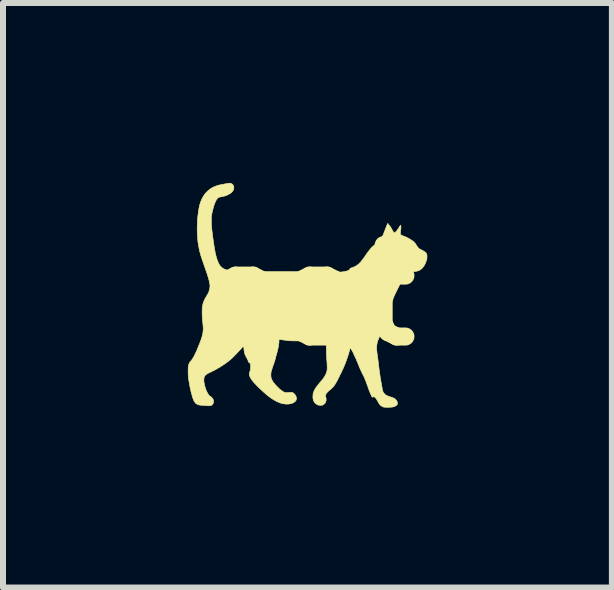
<source format=kicad_pcb>
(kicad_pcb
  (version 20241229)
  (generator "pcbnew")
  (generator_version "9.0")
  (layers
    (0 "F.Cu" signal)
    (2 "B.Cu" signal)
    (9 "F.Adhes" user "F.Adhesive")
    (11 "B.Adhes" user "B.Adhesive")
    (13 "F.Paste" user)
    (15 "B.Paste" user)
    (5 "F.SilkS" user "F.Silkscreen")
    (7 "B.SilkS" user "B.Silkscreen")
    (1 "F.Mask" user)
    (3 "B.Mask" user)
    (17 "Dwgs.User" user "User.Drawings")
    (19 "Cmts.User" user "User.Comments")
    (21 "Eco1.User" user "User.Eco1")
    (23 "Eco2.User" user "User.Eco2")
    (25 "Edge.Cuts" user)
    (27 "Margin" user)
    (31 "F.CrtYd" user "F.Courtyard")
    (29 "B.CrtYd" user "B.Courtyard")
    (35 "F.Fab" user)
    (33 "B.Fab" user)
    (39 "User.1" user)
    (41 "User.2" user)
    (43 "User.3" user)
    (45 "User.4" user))
  (footprint "cat"
    (layer "F.Cu")
    (at 2.076 1.871)
    (property "Reference" "cat" (at 0 0 0) (layer "F.SilkS") (effects (font (size 1.524 1.524) (thickness 0.3))))
    (attr through_hole)
    (fp_poly (pts (xy -1.296 -1.866) (xy -1.285 -1.865) (xy -1.276 -1.864) (xy -1.271 -1.862) (xy -1.27 -1.861) (xy -1.267 -1.858) (xy -1.266 -1.858) (xy -1.262 -1.856) (xy -1.255 -1.851) (xy -1.248 -1.844) (xy -1.241 -1.837) (xy -1.236 -1.83) (xy -1.234 -1.826) (xy -1.229 -1.813) (xy -1.228 -1.797) (xy -1.228 -1.78) (xy -1.232 -1.764) (xy -1.233 -1.762) (xy -1.236 -1.753) (xy -1.239 -1.747) (xy -1.241 -1.744) (xy -1.241 -1.744) (xy -1.243 -1.742) (xy -1.243 -1.741) (xy -1.245 -1.737) (xy -1.25 -1.731) (xy -1.256 -1.724) (xy -1.263 -1.716) (xy -1.27 -1.709) (xy -1.276 -1.704) (xy -1.279 -1.702) (xy -1.28 -1.702) (xy -1.283 -1.7) (xy -1.288 -1.697) (xy -1.292 -1.693) (xy -1.3 -1.688) (xy -1.311 -1.683) (xy -1.321 -1.678) (xy -1.332 -1.672) (xy -1.342 -1.667) (xy -1.349 -1.663) (xy -1.353 -1.662) (xy -1.359 -1.66) (xy -1.362 -1.659) (xy -1.367 -1.658) (xy -1.368 -1.657) (xy -1.37 -1.655) (xy -1.373 -1.654) (xy -1.378 -1.653) (xy -1.387 -1.652) (xy -1.398 -1.649) (xy -1.404 -1.648) (xy -1.418 -1.644) (xy -1.432 -1.641) (xy -1.445 -1.639) (xy -1.449 -1.638) (xy -1.46 -1.636) (xy -1.471 -1.633) (xy -1.478 -1.63) (xy -1.485 -1.626) (xy -1.493 -1.621) (xy -1.5 -1.614) (xy -1.506 -1.609) (xy -1.508 -1.605) (xy -1.508 -1.605) (xy -1.51 -1.601) (xy -1.513 -1.597) (xy -1.516 -1.592) (xy -1.521 -1.584) (xy -1.526 -1.575) (xy -1.532 -1.564) (xy -1.536 -1.555) (xy -1.539 -1.548) (xy -1.54 -1.544) (xy -1.542 -1.54) (xy -1.543 -1.54) (xy -1.545 -1.538) (xy -1.545 -1.533) (xy -1.546 -1.529) (xy -1.548 -1.527) (xy -1.55 -1.525) (xy -1.551 -1.522) (xy -1.552 -1.517) (xy -1.554 -1.509) (xy -1.557 -1.502) (xy -1.559 -1.497) (xy -1.56 -1.496) (xy -1.561 -1.492) (xy -1.561 -1.488) (xy -1.562 -1.481) (xy -1.564 -1.477) (xy -1.566 -1.472) (xy -1.568 -1.464) (xy -1.569 -1.461) (xy -1.577 -1.431) (xy -1.583 -1.405) (xy -1.589 -1.382) (xy -1.593 -1.362) (xy -1.596 -1.344) (xy -1.599 -1.327) (xy -1.6 -1.311) (xy -1.601 -1.294) (xy -1.602 -1.276) (xy -1.602 -1.257) (xy -1.602 -1.241) (xy -1.602 -1.22) (xy -1.602 -1.198) (xy -1.601 -1.178) (xy -1.6 -1.16) (xy -1.599 -1.145) (xy -1.599 -1.139) (xy -1.598 -1.126) (xy -1.596 -1.11) (xy -1.594 -1.091) (xy -1.592 -1.071) (xy -1.589 -1.051) (xy -1.587 -1.032) (xy -1.585 -1.014) (xy -1.583 -0.999) (xy -1.581 -0.988) (xy -1.581 -0.985) (xy -1.58 -0.976) (xy -1.578 -0.965) (xy -1.577 -0.958) (xy -1.576 -0.947) (xy -1.574 -0.934) (xy -1.572 -0.921) (xy -1.572 -0.921) (xy -1.57 -0.908) (xy -1.568 -0.895) (xy -1.567 -0.884) (xy -1.567 -0.884) (xy -1.564 -0.863) (xy -1.56 -0.84) (xy -1.557 -0.818) (xy -1.556 -0.811) (xy -1.554 -0.799) (xy -1.553 -0.788) (xy -1.552 -0.781) (xy -1.551 -0.772) (xy -1.549 -0.764) (xy -1.548 -0.762) (xy -1.546 -0.756) (xy -1.545 -0.748) (xy -1.544 -0.746) (xy -1.543 -0.737) (xy -1.541 -0.726) (xy -1.54 -0.721) (xy -1.538 -0.71) (xy -1.536 -0.7) (xy -1.536 -0.695) (xy -1.534 -0.688) (xy -1.533 -0.684) (xy -1.532 -0.684) (xy -1.53 -0.682) (xy -1.53 -0.676) (xy -1.53 -0.673) (xy -1.529 -0.666) (xy -1.527 -0.662) (xy -1.527 -0.661) (xy -1.525 -0.658) (xy -1.524 -0.652) (xy -1.523 -0.646) (xy -1.522 -0.643) (xy -1.52 -0.639) (xy -1.519 -0.633) (xy -1.519 -0.632) (xy -1.518 -0.626) (xy -1.517 -0.623) (xy -1.516 -0.623) (xy -1.514 -0.621) (xy -1.514 -0.615) (xy -1.513 -0.609) (xy -1.511 -0.606) (xy -1.509 -0.602) (xy -1.508 -0.599) (xy -1.507 -0.592) (xy -1.506 -0.589) (xy -1.503 -0.583) (xy -1.501 -0.577) (xy -1.497 -0.569) (xy -1.495 -0.563) (xy -1.492 -0.556) (xy -1.489 -0.551) (xy -1.487 -0.545) (xy -1.487 -0.543) (xy -1.486 -0.54) (xy -1.482 -0.533) (xy -1.477 -0.523) (xy -1.471 -0.512) (xy -1.463 -0.5) (xy -1.46 -0.494) (xy -1.456 -0.49) (xy -1.45 -0.483) (xy -1.442 -0.475) (xy -1.433 -0.467) (xy -1.426 -0.459) (xy -1.419 -0.454) (xy -1.415 -0.451) (xy -1.414 -0.451) (xy -1.411 -0.449) (xy -1.41 -0.448) (xy -1.408 -0.446) (xy -1.402 -0.443) (xy -1.393 -0.438) (xy -1.383 -0.434) (xy -1.372 -0.429) (xy -1.361 -0.425) (xy -1.361 -0.425) (xy -1.351 -0.422) (xy -1.341 -0.419) (xy -1.331 -0.417) (xy -1.319 -0.414) (xy -1.305 -0.412) (xy -1.288 -0.41) (xy -1.268 -0.408) (xy -1.243 -0.405) (xy -1.233 -0.404) (xy -1.217 -0.403) (xy -1.201 -0.401) (xy -1.184 -0.4) (xy -1.166 -0.399) (xy -1.148 -0.398) (xy -1.127 -0.397) (xy -1.106 -0.396) (xy -1.082 -0.396) (xy -1.056 -0.395) (xy -1.027 -0.394) (xy -0.996 -0.394) (xy -0.962 -0.394) (xy -0.924 -0.393) (xy -0.883 -0.393) (xy -0.838 -0.393) (xy -0.789 -0.393) (xy -0.735 -0.393) (xy -0.677 -0.393) (xy -0.614 -0.393) (xy -0.594 -0.393) (xy -0.537 -0.393) (xy -0.485 -0.393) (xy -0.437 -0.393) (xy -0.394 -0.393) (xy -0.355 -0.393) (xy -0.319 -0.393) (xy -0.285 -0.393) (xy -0.255 -0.393) (xy -0.227 -0.392) (xy -0.2 -0.392) (xy -0.176 -0.392) (xy -0.152 -0.391) (xy -0.129 -0.39) (xy -0.106 -0.39) (xy -0.084 -0.389) (xy -0.061 -0.388) (xy -0.037 -0.387) (xy -0.012 -0.386) (xy 0.015 -0.385) (xy 0.043 -0.383) (xy 0.049 -0.383) (xy 0.127 -0.379) (xy 0.201 -0.377) (xy 0.27 -0.376) (xy 0.335 -0.375) (xy 0.394 -0.376) (xy 0.449 -0.378) (xy 0.499 -0.38) (xy 0.544 -0.384) (xy 0.584 -0.389) (xy 0.619 -0.394) (xy 0.649 -0.401) (xy 0.673 -0.409) (xy 0.683 -0.412) (xy 0.692 -0.418) (xy 0.7 -0.424) (xy 0.706 -0.431) (xy 0.708 -0.437) (xy 0.708 -0.437) (xy 0.71 -0.445) (xy 0.716 -0.45) (xy 0.721 -0.451) (xy 0.726 -0.452) (xy 0.728 -0.453) (xy 0.731 -0.455) (xy 0.737 -0.456) (xy 0.743 -0.457) (xy 0.745 -0.459) (xy 0.747 -0.461) (xy 0.75 -0.461) (xy 0.757 -0.462) (xy 0.761 -0.464) (xy 0.768 -0.467) (xy 0.771 -0.469) (xy 0.777 -0.471) (xy 0.781 -0.472) (xy 0.784 -0.473) (xy 0.785 -0.474) (xy 0.787 -0.476) (xy 0.792 -0.479) (xy 0.793 -0.48) (xy 0.802 -0.484) (xy 0.814 -0.491) (xy 0.826 -0.499) (xy 0.838 -0.507) (xy 0.844 -0.512) (xy 0.856 -0.522) (xy 0.869 -0.535) (xy 0.882 -0.548) (xy 0.894 -0.562) (xy 0.904 -0.574) (xy 0.909 -0.581) (xy 0.913 -0.587) (xy 0.917 -0.591) (xy 0.917 -0.591) (xy 0.92 -0.594) (xy 0.924 -0.6) (xy 0.925 -0.602) (xy 0.929 -0.608) (xy 0.933 -0.612) (xy 0.933 -0.612) (xy 0.935 -0.615) (xy 0.94 -0.621) (xy 0.945 -0.629) (xy 0.949 -0.635) (xy 0.956 -0.645) (xy 0.962 -0.653) (xy 0.967 -0.659) (xy 0.968 -0.661) (xy 0.972 -0.666) (xy 0.973 -0.67) (xy 0.974 -0.673) (xy 0.975 -0.673) (xy 0.978 -0.675) (xy 0.979 -0.679) (xy 0.982 -0.685) (xy 0.984 -0.687) (xy 0.988 -0.691) (xy 0.993 -0.698) (xy 0.994 -0.7) (xy 0.999 -0.706) (xy 1.002 -0.711) (xy 1.003 -0.712) (xy 1.005 -0.715) (xy 1.01 -0.721) (xy 1.016 -0.73) (xy 1.023 -0.738) (xy 1.045 -0.767) (xy 1.067 -0.791) (xy 1.089 -0.812) (xy 1.097 -0.819) (xy 1.106 -0.826) (xy 1.113 -0.832) (xy 1.118 -0.836) (xy 1.123 -0.841) (xy 1.131 -0.847) (xy 1.132 -0.848) (xy 1.139 -0.854) (xy 1.144 -0.858) (xy 1.145 -0.859) (xy 1.15 -0.863) (xy 1.157 -0.868) (xy 1.16 -0.871) (xy 1.166 -0.876) (xy 1.174 -0.883) (xy 1.183 -0.892) (xy 1.193 -0.902) (xy 1.203 -0.911) (xy 1.211 -0.92) (xy 1.217 -0.927) (xy 1.221 -0.932) (xy 1.222 -0.933) (xy 1.224 -0.937) (xy 1.227 -0.942) (xy 1.231 -0.947) (xy 1.233 -0.951) (xy 1.234 -0.954) (xy 1.235 -0.954) (xy 1.237 -0.957) (xy 1.238 -0.959) (xy 1.239 -0.964) (xy 1.24 -0.965) (xy 1.242 -0.968) (xy 1.246 -0.975) (xy 1.251 -0.985) (xy 1.257 -0.997) (xy 1.263 -1.01) (xy 1.269 -1.023) (xy 1.274 -1.036) (xy 1.278 -1.047) (xy 1.282 -1.056) (xy 1.283 -1.061) (xy 1.283 -1.061) (xy 1.284 -1.066) (xy 1.285 -1.067) (xy 1.287 -1.07) (xy 1.289 -1.076) (xy 1.291 -1.081) (xy 1.293 -1.089) (xy 1.296 -1.094) (xy 1.297 -1.095) (xy 1.298 -1.097) (xy 1.299 -1.1) (xy 1.3 -1.107) (xy 1.301 -1.11) (xy 1.304 -1.116) (xy 1.307 -1.123) (xy 1.31 -1.13) (xy 1.312 -1.135) (xy 1.314 -1.142) (xy 1.315 -1.145) (xy 1.316 -1.149) (xy 1.317 -1.15) (xy 1.32 -1.153) (xy 1.32 -1.154) (xy 1.321 -1.16) (xy 1.323 -1.164) (xy 1.326 -1.171) (xy 1.328 -1.174) (xy 1.33 -1.18) (xy 1.331 -1.184) (xy 1.332 -1.187) (xy 1.333 -1.188) (xy 1.336 -1.19) (xy 1.336 -1.192) (xy 1.337 -1.195) (xy 1.341 -1.194) (xy 1.344 -1.19) (xy 1.345 -1.189) (xy 1.349 -1.183) (xy 1.353 -1.179) (xy 1.356 -1.174) (xy 1.357 -1.171) (xy 1.359 -1.168) (xy 1.364 -1.163) (xy 1.368 -1.159) (xy 1.379 -1.146) (xy 1.39 -1.129) (xy 1.403 -1.107) (xy 1.407 -1.099) (xy 1.414 -1.085) (xy 1.419 -1.075) (xy 1.423 -1.068) (xy 1.427 -1.062) (xy 1.429 -1.059) (xy 1.433 -1.055) (xy 1.434 -1.052) (xy 1.436 -1.047) (xy 1.442 -1.043) (xy 1.447 -1.042) (xy 1.454 -1.043) (xy 1.459 -1.045) (xy 1.463 -1.048) (xy 1.47 -1.054) (xy 1.477 -1.061) (xy 1.484 -1.069) (xy 1.49 -1.075) (xy 1.494 -1.08) (xy 1.495 -1.081) (xy 1.497 -1.085) (xy 1.498 -1.087) (xy 1.502 -1.091) (xy 1.506 -1.098) (xy 1.509 -1.103) (xy 1.516 -1.112) (xy 1.522 -1.122) (xy 1.525 -1.126) (xy 1.529 -1.133) (xy 1.532 -1.138) (xy 1.532 -1.14) (xy 1.534 -1.142) (xy 1.535 -1.142) (xy 1.537 -1.145) (xy 1.537 -1.146) (xy 1.539 -1.15) (xy 1.54 -1.15) (xy 1.542 -1.153) (xy 1.546 -1.158) (xy 1.547 -1.159) (xy 1.552 -1.168) (xy 1.555 -1.159) (xy 1.557 -1.151) (xy 1.558 -1.14) (xy 1.558 -1.126) (xy 1.557 -1.111) (xy 1.556 -1.097) (xy 1.554 -1.083) (xy 1.553 -1.079) (xy 1.552 -1.069) (xy 1.55 -1.057) (xy 1.549 -1.043) (xy 1.549 -1.04) (xy 1.548 -1.016) (xy 1.556 -1.01) (xy 1.563 -1.004) (xy 1.571 -0.998) (xy 1.571 -0.997) (xy 1.577 -0.993) (xy 1.583 -0.991) (xy 1.583 -0.991) (xy 1.589 -0.99) (xy 1.595 -0.988) (xy 1.602 -0.986) (xy 1.608 -0.983) (xy 1.621 -0.978) (xy 1.633 -0.973) (xy 1.638 -0.971) (xy 1.645 -0.967) (xy 1.651 -0.965) (xy 1.653 -0.965) (xy 1.656 -0.963) (xy 1.657 -0.962) (xy 1.659 -0.96) (xy 1.662 -0.96) (xy 1.666 -0.958) (xy 1.667 -0.957) (xy 1.67 -0.955) (xy 1.672 -0.954) (xy 1.677 -0.953) (xy 1.678 -0.952) (xy 1.681 -0.95) (xy 1.687 -0.946) (xy 1.694 -0.942) (xy 1.7 -0.939) (xy 1.7 -0.939) (xy 1.704 -0.937) (xy 1.704 -0.935) (xy 1.707 -0.934) (xy 1.71 -0.933) (xy 1.714 -0.932) (xy 1.715 -0.931) (xy 1.717 -0.928) (xy 1.722 -0.925) (xy 1.722 -0.925) (xy 1.73 -0.921) (xy 1.735 -0.917) (xy 1.74 -0.913) (xy 1.743 -0.912) (xy 1.747 -0.91) (xy 1.747 -0.909) (xy 1.749 -0.907) (xy 1.752 -0.905) (xy 1.757 -0.902) (xy 1.764 -0.897) (xy 1.772 -0.889) (xy 1.781 -0.88) (xy 1.789 -0.872) (xy 1.796 -0.864) (xy 1.8 -0.858) (xy 1.801 -0.857) (xy 1.803 -0.852) (xy 1.805 -0.851) (xy 1.808 -0.849) (xy 1.808 -0.847) (xy 1.81 -0.843) (xy 1.813 -0.838) (xy 1.817 -0.833) (xy 1.818 -0.828) (xy 1.82 -0.825) (xy 1.821 -0.824) (xy 1.823 -0.822) (xy 1.827 -0.817) (xy 1.827 -0.817) (xy 1.83 -0.811) (xy 1.833 -0.807) (xy 1.836 -0.803) (xy 1.842 -0.796) (xy 1.848 -0.788) (xy 1.85 -0.785) (xy 1.854 -0.781) (xy 1.862 -0.776) (xy 1.872 -0.77) (xy 1.885 -0.763) (xy 1.898 -0.756) (xy 1.909 -0.75) (xy 1.92 -0.745) (xy 1.929 -0.74) (xy 1.935 -0.736) (xy 1.937 -0.734) (xy 1.94 -0.732) (xy 1.941 -0.732) (xy 1.946 -0.73) (xy 1.954 -0.725) (xy 1.962 -0.717) (xy 1.971 -0.709) (xy 1.978 -0.701) (xy 1.983 -0.694) (xy 1.985 -0.688) (xy 1.985 -0.688) (xy 1.987 -0.684) (xy 1.989 -0.683) (xy 1.99 -0.68) (xy 1.991 -0.673) (xy 1.992 -0.663) (xy 1.992 -0.651) (xy 1.992 -0.638) (xy 1.992 -0.625) (xy 1.991 -0.613) (xy 1.99 -0.604) (xy 1.989 -0.6) (xy 1.986 -0.591) (xy 1.983 -0.58) (xy 1.983 -0.578) (xy 1.98 -0.57) (xy 1.978 -0.565) (xy 1.977 -0.563) (xy 1.975 -0.559) (xy 1.975 -0.555) (xy 1.974 -0.55) (xy 1.972 -0.549) (xy 1.97 -0.546) (xy 1.97 -0.543) (xy 1.968 -0.538) (xy 1.965 -0.531) (xy 1.964 -0.529) (xy 1.961 -0.522) (xy 1.959 -0.516) (xy 1.959 -0.516) (xy 1.958 -0.512) (xy 1.957 -0.512) (xy 1.955 -0.509) (xy 1.952 -0.504) (xy 1.951 -0.502) (xy 1.948 -0.496) (xy 1.946 -0.493) (xy 1.945 -0.493) (xy 1.943 -0.491) (xy 1.943 -0.49) (xy 1.941 -0.485) (xy 1.938 -0.481) (xy 1.934 -0.475) (xy 1.928 -0.468) (xy 1.927 -0.467) (xy 1.921 -0.459) (xy 1.913 -0.45) (xy 1.905 -0.442) (xy 1.897 -0.436) (xy 1.891 -0.431) (xy 1.887 -0.429) (xy 1.885 -0.427) (xy 1.885 -0.427) (xy 1.883 -0.424) (xy 1.881 -0.424) (xy 1.877 -0.423) (xy 1.877 -0.422) (xy 1.874 -0.42) (xy 1.868 -0.416) (xy 1.86 -0.412) (xy 1.85 -0.408) (xy 1.84 -0.405) (xy 1.84 -0.404) (xy 1.83 -0.402) (xy 1.817 -0.399) (xy 1.8 -0.396) (xy 1.782 -0.393) (xy 1.763 -0.389) (xy 1.743 -0.386) (xy 1.725 -0.383) (xy 1.709 -0.381) (xy 1.706 -0.381) (xy 1.687 -0.377) (xy 1.671 -0.373) (xy 1.662 -0.369) (xy 1.654 -0.365) (xy 1.648 -0.362) (xy 1.646 -0.36) (xy 1.644 -0.358) (xy 1.642 -0.358) (xy 1.639 -0.357) (xy 1.638 -0.356) (xy 1.636 -0.353) (xy 1.631 -0.349) (xy 1.625 -0.345) (xy 1.616 -0.337) (xy 1.607 -0.328) (xy 1.604 -0.324) (xy 1.598 -0.317) (xy 1.595 -0.312) (xy 1.593 -0.31) (xy 1.591 -0.307) (xy 1.588 -0.302) (xy 1.585 -0.296) (xy 1.582 -0.294) (xy 1.582 -0.294) (xy 1.58 -0.292) (xy 1.58 -0.289) (xy 1.579 -0.285) (xy 1.577 -0.284) (xy 1.575 -0.281) (xy 1.575 -0.278) (xy 1.573 -0.274) (xy 1.572 -0.273) (xy 1.57 -0.271) (xy 1.569 -0.269) (xy 1.568 -0.263) (xy 1.567 -0.26) (xy 1.563 -0.253) (xy 1.561 -0.249) (xy 1.559 -0.243) (xy 1.559 -0.24) (xy 1.558 -0.234) (xy 1.556 -0.231) (xy 1.552 -0.224) (xy 1.551 -0.22) (xy 1.549 -0.213) (xy 1.548 -0.21) (xy 1.547 -0.205) (xy 1.545 -0.203) (xy 1.543 -0.199) (xy 1.543 -0.196) (xy 1.542 -0.189) (xy 1.54 -0.186) (xy 1.537 -0.178) (xy 1.535 -0.175) (xy 1.533 -0.169) (xy 1.532 -0.165) (xy 1.531 -0.161) (xy 1.528 -0.154) (xy 1.523 -0.144) (xy 1.518 -0.134) (xy 1.512 -0.122) (xy 1.507 -0.113) (xy 1.504 -0.106) (xy 1.503 -0.102) (xy 1.502 -0.098) (xy 1.501 -0.098) (xy 1.499 -0.095) (xy 1.495 -0.089) (xy 1.491 -0.08) (xy 1.485 -0.07) (xy 1.48 -0.059) (xy 1.476 -0.05) (xy 1.473 -0.042) (xy 1.471 -0.038) (xy 1.471 -0.038) (xy 1.47 -0.035) (xy 1.469 -0.034) (xy 1.466 -0.032) (xy 1.466 -0.029) (xy 1.465 -0.025) (xy 1.463 -0.024) (xy 1.461 -0.022) (xy 1.461 -0.02) (xy 1.459 -0.015) (xy 1.456 -0.008) (xy 1.455 -0.007) (xy 1.452 0.000318) (xy 1.45 0.006) (xy 1.45 0.007) (xy 1.449 0.01) (xy 1.447 0.011) (xy 1.445 0.013) (xy 1.445 0.016) (xy 1.443 0.021) (xy 1.442 0.023) (xy 1.44 0.026) (xy 1.439 0.031) (xy 1.438 0.036) (xy 1.437 0.037) (xy 1.434 0.039) (xy 1.434 0.041) (xy 1.433 0.046) (xy 1.43 0.053) (xy 1.429 0.056) (xy 1.425 0.066) (xy 1.422 0.075) (xy 1.421 0.077) (xy 1.418 0.085) (xy 1.415 0.092) (xy 1.415 0.092) (xy 1.412 0.1) (xy 1.411 0.104) (xy 1.408 0.112) (xy 1.404 0.124) (xy 1.4 0.139) (xy 1.395 0.154) (xy 1.391 0.171) (xy 1.387 0.187) (xy 1.383 0.201) (xy 1.381 0.213) (xy 1.379 0.222) (xy 1.378 0.226) (xy 1.378 0.232) (xy 1.376 0.234) (xy 1.374 0.238) (xy 1.373 0.244) (xy 1.372 0.246) (xy 1.371 0.255) (xy 1.368 0.265) (xy 1.368 0.267) (xy 1.365 0.277) (xy 1.363 0.288) (xy 1.363 0.289) (xy 1.36 0.299) (xy 1.357 0.309) (xy 1.357 0.311) (xy 1.355 0.32) (xy 1.353 0.329) (xy 1.353 0.331) (xy 1.351 0.337) (xy 1.349 0.341) (xy 1.349 0.341) (xy 1.347 0.344) (xy 1.347 0.349) (xy 1.346 0.356) (xy 1.344 0.36) (xy 1.342 0.365) (xy 1.34 0.373) (xy 1.339 0.376) (xy 1.336 0.385) (xy 1.334 0.391) (xy 1.333 0.393) (xy 1.331 0.4) (xy 1.331 0.403) (xy 1.329 0.408) (xy 1.328 0.41) (xy 1.326 0.413) (xy 1.325 0.416) (xy 1.324 0.423) (xy 1.323 0.426) (xy 1.321 0.431) (xy 1.318 0.439) (xy 1.315 0.448) (xy 1.311 0.457) (xy 1.308 0.464) (xy 1.307 0.468) (xy 1.304 0.472) (xy 1.304 0.475) (xy 1.303 0.482) (xy 1.302 0.484) (xy 1.295 0.498) (xy 1.291 0.507) (xy 1.289 0.513) (xy 1.288 0.516) (xy 1.287 0.519) (xy 1.286 0.52) (xy 1.283 0.522) (xy 1.283 0.523) (xy 1.282 0.527) (xy 1.279 0.534) (xy 1.275 0.545) (xy 1.269 0.557) (xy 1.263 0.57) (xy 1.257 0.583) (xy 1.251 0.595) (xy 1.246 0.605) (xy 1.243 0.612) (xy 1.241 0.615) (xy 1.239 0.618) (xy 1.235 0.624) (xy 1.231 0.633) (xy 1.23 0.635) (xy 1.225 0.644) (xy 1.221 0.651) (xy 1.219 0.654) (xy 1.219 0.654) (xy 1.217 0.657) (xy 1.217 0.66) (xy 1.216 0.664) (xy 1.214 0.665) (xy 1.212 0.668) (xy 1.211 0.671) (xy 1.21 0.675) (xy 1.209 0.676) (xy 1.207 0.678) (xy 1.206 0.681) (xy 1.205 0.686) (xy 1.203 0.687) (xy 1.201 0.689) (xy 1.201 0.69) (xy 1.2 0.695) (xy 1.197 0.702) (xy 1.195 0.706) (xy 1.191 0.714) (xy 1.188 0.722) (xy 1.187 0.724) (xy 1.184 0.731) (xy 1.182 0.735) (xy 1.18 0.741) (xy 1.18 0.744) (xy 1.178 0.747) (xy 1.177 0.748) (xy 1.175 0.75) (xy 1.174 0.754) (xy 1.173 0.76) (xy 1.172 0.762) (xy 1.17 0.766) (xy 1.169 0.77) (xy 1.168 0.776) (xy 1.167 0.778) (xy 1.165 0.781) (xy 1.163 0.787) (xy 1.163 0.788) (xy 1.162 0.795) (xy 1.16 0.805) (xy 1.159 0.812) (xy 1.156 0.832) (xy 1.154 0.851) (xy 1.153 0.871) (xy 1.153 0.892) (xy 1.155 0.916) (xy 1.157 0.943) (xy 1.161 0.973) (xy 1.164 0.994) (xy 1.165 1.006) (xy 1.167 1.02) (xy 1.169 1.032) (xy 1.171 1.046) (xy 1.173 1.06) (xy 1.174 1.072) (xy 1.176 1.084) (xy 1.178 1.098) (xy 1.179 1.112) (xy 1.18 1.115) (xy 1.181 1.128) (xy 1.183 1.143) (xy 1.185 1.155) (xy 1.185 1.157) (xy 1.186 1.169) (xy 1.188 1.183) (xy 1.19 1.197) (xy 1.19 1.201) (xy 1.193 1.228) (xy 1.197 1.255) (xy 1.201 1.283) (xy 1.203 1.296) (xy 1.205 1.311) (xy 1.206 1.321) (xy 1.208 1.334) (xy 1.21 1.348) (xy 1.211 1.357) (xy 1.215 1.379) (xy 1.218 1.397) (xy 1.221 1.412) (xy 1.223 1.424) (xy 1.224 1.434) (xy 1.226 1.443) (xy 1.228 1.453) (xy 1.229 1.463) (xy 1.232 1.475) (xy 1.233 1.48) (xy 1.237 1.504) (xy 1.24 1.523) (xy 1.243 1.538) (xy 1.245 1.55) (xy 1.246 1.56) (xy 1.247 1.569) (xy 1.248 1.569) (xy 1.249 1.577) (xy 1.251 1.583) (xy 1.251 1.584) (xy 1.253 1.588) (xy 1.254 1.593) (xy 1.256 1.601) (xy 1.261 1.612) (xy 1.269 1.625) (xy 1.278 1.637) (xy 1.288 1.649) (xy 1.298 1.658) (xy 1.307 1.665) (xy 1.316 1.67) (xy 1.327 1.675) (xy 1.337 1.68) (xy 1.341 1.681) (xy 1.348 1.684) (xy 1.353 1.686) (xy 1.359 1.688) (xy 1.362 1.689) (xy 1.367 1.69) (xy 1.369 1.691) (xy 1.373 1.693) (xy 1.377 1.694) (xy 1.383 1.695) (xy 1.385 1.697) (xy 1.389 1.699) (xy 1.393 1.699) (xy 1.398 1.7) (xy 1.401 1.701) (xy 1.405 1.703) (xy 1.412 1.706) (xy 1.416 1.707) (xy 1.44 1.717) (xy 1.461 1.73) (xy 1.478 1.747) (xy 1.492 1.768) (xy 1.492 1.769) (xy 1.497 1.782) (xy 1.499 1.796) (xy 1.499 1.809) (xy 1.496 1.821) (xy 1.494 1.825) (xy 1.483 1.837) (xy 1.467 1.848) (xy 1.447 1.857) (xy 1.423 1.864) (xy 1.418 1.865) (xy 1.408 1.866) (xy 1.395 1.867) (xy 1.379 1.868) (xy 1.362 1.869) (xy 1.343 1.869) (xy 1.324 1.869) (xy 1.307 1.868) (xy 1.291 1.868) (xy 1.279 1.867) (xy 1.27 1.866) (xy 1.268 1.865) (xy 1.251 1.858) (xy 1.235 1.849) (xy 1.22 1.837) (xy 1.21 1.828) (xy 1.2 1.817) (xy 1.194 1.809) (xy 1.191 1.804) (xy 1.19 1.801) (xy 1.189 1.797) (xy 1.188 1.797) (xy 1.186 1.794) (xy 1.182 1.788) (xy 1.177 1.78) (xy 1.173 1.771) (xy 1.17 1.766) (xy 1.168 1.762) (xy 1.166 1.76) (xy 1.164 1.758) (xy 1.164 1.758) (xy 1.162 1.754) (xy 1.159 1.748) (xy 1.155 1.739) (xy 1.154 1.739) (xy 1.148 1.729) (xy 1.14 1.718) (xy 1.132 1.71) (xy 1.125 1.703) (xy 1.119 1.699) (xy 1.118 1.699) (xy 1.114 1.698) (xy 1.113 1.697) (xy 1.111 1.695) (xy 1.106 1.694) (xy 1.1 1.694) (xy 1.094 1.695) (xy 1.093 1.696) (xy 1.089 1.699) (xy 1.085 1.7) (xy 1.081 1.701) (xy 1.078 1.698) (xy 1.075 1.692) (xy 1.074 1.691) (xy 1.071 1.685) (xy 1.068 1.681) (xy 1.068 1.681) (xy 1.066 1.678) (xy 1.066 1.675) (xy 1.064 1.67) (xy 1.063 1.669) (xy 1.061 1.665) (xy 1.06 1.662) (xy 1.059 1.658) (xy 1.058 1.657) (xy 1.056 1.655) (xy 1.055 1.651) (xy 1.054 1.647) (xy 1.052 1.646) (xy 1.05 1.644) (xy 1.05 1.642) (xy 1.049 1.636) (xy 1.047 1.634) (xy 1.044 1.627) (xy 1.04 1.617) (xy 1.035 1.604) (xy 1.029 1.59) (xy 1.024 1.575) (xy 1.018 1.56) (xy 1.013 1.546) (xy 1.009 1.534) (xy 1.006 1.525) (xy 1.005 1.519) (xy 1.005 1.519) (xy 1.003 1.513) (xy 1.003 1.512) (xy 1 1.508) (xy 0.998 1.501) (xy 0.997 1.499) (xy 0.989 1.478) (xy 0.986 1.471) (xy 0.984 1.464) (xy 0.983 1.461) (xy 0.982 1.456) (xy 0.981 1.455) (xy 0.979 1.453) (xy 0.978 1.449) (xy 0.977 1.443) (xy 0.976 1.441) (xy 0.974 1.438) (xy 0.972 1.431) (xy 0.97 1.426) (xy 0.968 1.419) (xy 0.966 1.414) (xy 0.964 1.413) (xy 0.963 1.411) (xy 0.962 1.408) (xy 0.961 1.403) (xy 0.96 1.401) (xy 0.958 1.397) (xy 0.957 1.393) (xy 0.956 1.388) (xy 0.954 1.386) (xy 0.952 1.384) (xy 0.952 1.381) (xy 0.951 1.377) (xy 0.949 1.376) (xy 0.947 1.374) (xy 0.946 1.372) (xy 0.945 1.366) (xy 0.944 1.363) (xy 0.942 1.358) (xy 0.938 1.351) (xy 0.935 1.345) (xy 0.932 1.338) (xy 0.928 1.333) (xy 0.927 1.331) (xy 0.925 1.328) (xy 0.925 1.325) (xy 0.924 1.321) (xy 0.922 1.32) (xy 0.92 1.318) (xy 0.92 1.315) (xy 0.919 1.31) (xy 0.918 1.309) (xy 0.916 1.307) (xy 0.913 1.302) (xy 0.912 1.301) (xy 0.909 1.295) (xy 0.905 1.286) (xy 0.9 1.274) (xy 0.894 1.262) (xy 0.894 1.262) (xy 0.888 1.25) (xy 0.883 1.239) (xy 0.879 1.23) (xy 0.877 1.225) (xy 0.877 1.225) (xy 0.874 1.218) (xy 0.872 1.213) (xy 0.87 1.207) (xy 0.869 1.205) (xy 0.868 1.201) (xy 0.867 1.201) (xy 0.864 1.199) (xy 0.864 1.197) (xy 0.863 1.191) (xy 0.862 1.188) (xy 0.859 1.182) (xy 0.857 1.177) (xy 0.854 1.169) (xy 0.851 1.162) (xy 0.848 1.155) (xy 0.846 1.149) (xy 0.842 1.14) (xy 0.838 1.131) (xy 0.835 1.123) (xy 0.833 1.117) (xy 0.832 1.115) (xy 0.831 1.111) (xy 0.83 1.111) (xy 0.828 1.108) (xy 0.827 1.104) (xy 0.826 1.099) (xy 0.824 1.097) (xy 0.822 1.095) (xy 0.822 1.093) (xy 0.821 1.088) (xy 0.819 1.084) (xy 0.816 1.077) (xy 0.814 1.074) (xy 0.812 1.068) (xy 0.811 1.064) (xy 0.81 1.061) (xy 0.808 1.06) (xy 0.806 1.058) (xy 0.806 1.057) (xy 0.805 1.054) (xy 0.802 1.047) (xy 0.797 1.036) (xy 0.791 1.024) (xy 0.789 1.019) (xy 0.783 1.006) (xy 0.777 0.995) (xy 0.773 0.985) (xy 0.771 0.979) (xy 0.77 0.978) (xy 0.768 0.972) (xy 0.764 0.963) (xy 0.759 0.953) (xy 0.754 0.943) (xy 0.75 0.935) (xy 0.746 0.929) (xy 0.746 0.928) (xy 0.742 0.923) (xy 0.741 0.92) (xy 0.739 0.916) (xy 0.737 0.915) (xy 0.734 0.912) (xy 0.734 0.911) (xy 0.733 0.907) (xy 0.729 0.901) (xy 0.726 0.899) (xy 0.722 0.892) (xy 0.719 0.888) (xy 0.718 0.886) (xy 0.716 0.883) (xy 0.712 0.881) (xy 0.709 0.882) (xy 0.708 0.886) (xy 0.708 0.892) (xy 0.708 0.892) (xy 0.707 0.899) (xy 0.705 0.903) (xy 0.705 0.903) (xy 0.703 0.906) (xy 0.703 0.913) (xy 0.702 0.915) (xy 0.702 0.921) (xy 0.7 0.925) (xy 0.7 0.925) (xy 0.698 0.927) (xy 0.697 0.933) (xy 0.697 0.934) (xy 0.696 0.941) (xy 0.695 0.945) (xy 0.695 0.945) (xy 0.692 0.949) (xy 0.692 0.953) (xy 0.691 0.961) (xy 0.689 0.965) (xy 0.688 0.971) (xy 0.685 0.98) (xy 0.682 0.99) (xy 0.681 0.991) (xy 0.678 1.002) (xy 0.675 1.01) (xy 0.673 1.016) (xy 0.673 1.017) (xy 0.671 1.021) (xy 0.668 1.03) (xy 0.665 1.04) (xy 0.662 1.05) (xy 0.657 1.063) (xy 0.652 1.079) (xy 0.646 1.096) (xy 0.639 1.113) (xy 0.633 1.13) (xy 0.627 1.145) (xy 0.622 1.157) (xy 0.618 1.166) (xy 0.617 1.167) (xy 0.615 1.173) (xy 0.615 1.176) (xy 0.614 1.179) (xy 0.612 1.18) (xy 0.61 1.182) (xy 0.61 1.184) (xy 0.609 1.189) (xy 0.607 1.193) (xy 0.604 1.2) (xy 0.602 1.203) (xy 0.6 1.21) (xy 0.599 1.213) (xy 0.598 1.216) (xy 0.596 1.217) (xy 0.594 1.219) (xy 0.594 1.222) (xy 0.593 1.227) (xy 0.591 1.229) (xy 0.589 1.232) (xy 0.588 1.235) (xy 0.587 1.24) (xy 0.586 1.241) (xy 0.584 1.243) (xy 0.583 1.246) (xy 0.582 1.25) (xy 0.581 1.251) (xy 0.578 1.253) (xy 0.578 1.255) (xy 0.577 1.259) (xy 0.574 1.266) (xy 0.573 1.269) (xy 0.57 1.274) (xy 0.566 1.283) (xy 0.56 1.295) (xy 0.552 1.31) (xy 0.544 1.327) (xy 0.535 1.345) (xy 0.534 1.348) (xy 0.525 1.366) (xy 0.517 1.382) (xy 0.51 1.395) (xy 0.505 1.406) (xy 0.5 1.414) (xy 0.498 1.418) (xy 0.498 1.418) (xy 0.496 1.421) (xy 0.496 1.424) (xy 0.495 1.428) (xy 0.494 1.429) (xy 0.491 1.431) (xy 0.489 1.435) (xy 0.486 1.441) (xy 0.482 1.449) (xy 0.477 1.457) (xy 0.474 1.463) (xy 0.472 1.466) (xy 0.469 1.47) (xy 0.465 1.476) (xy 0.461 1.483) (xy 0.459 1.488) (xy 0.457 1.492) (xy 0.456 1.492) (xy 0.454 1.495) (xy 0.453 1.496) (xy 0.452 1.5) (xy 0.451 1.5) (xy 0.448 1.502) (xy 0.445 1.508) (xy 0.445 1.508) (xy 0.44 1.515) (xy 0.436 1.521) (xy 0.432 1.525) (xy 0.425 1.532) (xy 0.417 1.54) (xy 0.417 1.54) (xy 0.41 1.548) (xy 0.403 1.555) (xy 0.394 1.563) (xy 0.384 1.571) (xy 0.374 1.579) (xy 0.363 1.589) (xy 0.352 1.598) (xy 0.342 1.607) (xy 0.335 1.615) (xy 0.332 1.617) (xy 0.323 1.627) (xy 0.317 1.635) (xy 0.314 1.64) (xy 0.313 1.643) (xy 0.313 1.643) (xy 0.311 1.646) (xy 0.31 1.646) (xy 0.308 1.648) (xy 0.307 1.651) (xy 0.306 1.656) (xy 0.305 1.658) (xy 0.304 1.661) (xy 0.303 1.668) (xy 0.302 1.677) (xy 0.302 1.687) (xy 0.303 1.694) (xy 0.304 1.699) (xy 0.305 1.7) (xy 0.307 1.704) (xy 0.309 1.712) (xy 0.31 1.723) (xy 0.311 1.735) (xy 0.311 1.747) (xy 0.31 1.759) (xy 0.309 1.767) (xy 0.308 1.768) (xy 0.3 1.788) (xy 0.288 1.806) (xy 0.272 1.821) (xy 0.259 1.829) (xy 0.252 1.832) (xy 0.245 1.834) (xy 0.237 1.835) (xy 0.225 1.836) (xy 0.219 1.836) (xy 0.2 1.835) (xy 0.184 1.833) (xy 0.17 1.828) (xy 0.159 1.823) (xy 0.145 1.814) (xy 0.133 1.804) (xy 0.123 1.794) (xy 0.122 1.792) (xy 0.117 1.786) (xy 0.114 1.782) (xy 0.114 1.781) (xy 0.112 1.778) (xy 0.108 1.771) (xy 0.104 1.762) (xy 0.101 1.753) (xy 0.098 1.747) (xy 0.096 1.738) (xy 0.093 1.728) (xy 0.093 1.727) (xy 0.092 1.72) (xy 0.091 1.709) (xy 0.091 1.697) (xy 0.091 1.683) (xy 0.092 1.669) (xy 0.093 1.656) (xy 0.094 1.644) (xy 0.096 1.636) (xy 0.097 1.631) (xy 0.098 1.63) (xy 0.1 1.628) (xy 0.101 1.624) (xy 0.102 1.616) (xy 0.104 1.611) (xy 0.108 1.602) (xy 0.11 1.597) (xy 0.111 1.594) (xy 0.111 1.592) (xy 0.113 1.588) (xy 0.113 1.587) (xy 0.116 1.585) (xy 0.119 1.579) (xy 0.122 1.573) (xy 0.126 1.565) (xy 0.129 1.559) (xy 0.131 1.557) (xy 0.133 1.554) (xy 0.137 1.547) (xy 0.141 1.541) (xy 0.146 1.534) (xy 0.151 1.527) (xy 0.153 1.525) (xy 0.156 1.521) (xy 0.161 1.514) (xy 0.165 1.509) (xy 0.171 1.501) (xy 0.176 1.494) (xy 0.179 1.491) (xy 0.184 1.485) (xy 0.19 1.478) (xy 0.19 1.478) (xy 0.201 1.464) (xy 0.212 1.451) (xy 0.221 1.441) (xy 0.228 1.434) (xy 0.235 1.425) (xy 0.238 1.421) (xy 0.245 1.413) (xy 0.25 1.407) (xy 0.252 1.405) (xy 0.256 1.401) (xy 0.257 1.398) (xy 0.259 1.396) (xy 0.263 1.389) (xy 0.268 1.381) (xy 0.272 1.377) (xy 0.278 1.367) (xy 0.283 1.36) (xy 0.286 1.354) (xy 0.286 1.353) (xy 0.288 1.35) (xy 0.288 1.349) (xy 0.291 1.347) (xy 0.294 1.342) (xy 0.294 1.34) (xy 0.297 1.334) (xy 0.3 1.331) (xy 0.3 1.331) (xy 0.302 1.328) (xy 0.302 1.325) (xy 0.303 1.321) (xy 0.305 1.32) (xy 0.307 1.318) (xy 0.307 1.316) (xy 0.309 1.311) (xy 0.311 1.306) (xy 0.315 1.298) (xy 0.317 1.292) (xy 0.318 1.288) (xy 0.318 1.285) (xy 0.319 1.279) (xy 0.32 1.277) (xy 0.323 1.272) (xy 0.325 1.263) (xy 0.327 1.25) (xy 0.328 1.234) (xy 0.329 1.215) (xy 0.329 1.193) (xy 0.328 1.17) (xy 0.327 1.146) (xy 0.326 1.122) (xy 0.324 1.098) (xy 0.323 1.093) (xy 0.321 1.068) (xy 0.319 1.038) (xy 0.318 1.004) (xy 0.316 0.966) (xy 0.315 0.923) (xy 0.314 0.875) (xy 0.314 0.858) (xy 0.312 0.748) (xy 0.303 0.746) (xy 0.298 0.746) (xy 0.289 0.745) (xy 0.275 0.745) (xy 0.258 0.746) (xy 0.239 0.746) (xy 0.217 0.746) (xy 0.193 0.747) (xy 0.186 0.747) (xy 0.154 0.748) (xy 0.126 0.749) (xy 0.102 0.75) (xy 0.08 0.751) (xy 0.06 0.752) (xy 0.04 0.753) (xy 0.02 0.754) (xy -0.002 0.756) (xy -0.026 0.758) (xy -0.036 0.758) (xy -0.052 0.759) (xy -0.071 0.76) (xy -0.093 0.761) (xy -0.118 0.761) (xy -0.144 0.762) (xy -0.171 0.762) (xy -0.197 0.762) (xy -0.222 0.762) (xy -0.246 0.761) (xy -0.267 0.761) (xy -0.286 0.76) (xy -0.3 0.759) (xy -0.306 0.759) (xy -0.32 0.757) (xy -0.335 0.755) (xy -0.347 0.754) (xy -0.351 0.753) (xy -0.363 0.752) (xy -0.377 0.75) (xy -0.391 0.748) (xy -0.394 0.748) (xy -0.408 0.746) (xy -0.424 0.744) (xy -0.439 0.741) (xy -0.44 0.741) (xy -0.454 0.738) (xy -0.464 0.737) (xy -0.47 0.737) (xy -0.473 0.739) (xy -0.474 0.744) (xy -0.475 0.751) (xy -0.475 0.756) (xy -0.475 0.78) (xy -0.478 0.808) (xy -0.483 0.84) (xy -0.485 0.855) (xy -0.488 0.87) (xy -0.49 0.882) (xy -0.492 0.892) (xy -0.495 0.902) (xy -0.498 0.915) (xy -0.499 0.918) (xy -0.501 0.928) (xy -0.504 0.938) (xy -0.504 0.939) (xy -0.508 0.957) (xy -0.513 0.972) (xy -0.516 0.985) (xy -0.519 0.993) (xy -0.52 0.995) (xy -0.522 1.001) (xy -0.522 1.007) (xy -0.523 1.013) (xy -0.525 1.016) (xy -0.527 1.02) (xy -0.528 1.026) (xy -0.529 1.027) (xy -0.53 1.037) (xy -0.532 1.046) (xy -0.533 1.052) (xy -0.535 1.056) (xy -0.536 1.057) (xy -0.537 1.06) (xy -0.538 1.066) (xy -0.539 1.072) (xy -0.541 1.075) (xy -0.543 1.078) (xy -0.543 1.085) (xy -0.543 1.086) (xy -0.544 1.092) (xy -0.546 1.096) (xy -0.546 1.096) (xy -0.548 1.1) (xy -0.549 1.103) (xy -0.55 1.11) (xy -0.551 1.113) (xy -0.553 1.117) (xy -0.556 1.126) (xy -0.559 1.136) (xy -0.56 1.138) (xy -0.563 1.147) (xy -0.566 1.155) (xy -0.568 1.158) (xy -0.568 1.158) (xy -0.569 1.161) (xy -0.57 1.164) (xy -0.571 1.17) (xy -0.572 1.173) (xy -0.574 1.177) (xy -0.577 1.184) (xy -0.578 1.186) (xy -0.58 1.194) (xy -0.583 1.201) (xy -0.583 1.202) (xy -0.585 1.208) (xy -0.588 1.218) (xy -0.592 1.231) (xy -0.596 1.245) (xy -0.6 1.259) (xy -0.604 1.271) (xy -0.606 1.282) (xy -0.606 1.282) (xy -0.609 1.299) (xy -0.61 1.319) (xy -0.61 1.34) (xy -0.609 1.359) (xy -0.606 1.376) (xy -0.604 1.382) (xy -0.6 1.395) (xy -0.594 1.408) (xy -0.588 1.421) (xy -0.582 1.433) (xy -0.576 1.441) (xy -0.575 1.443) (xy -0.571 1.448) (xy -0.57 1.451) (xy -0.568 1.454) (xy -0.565 1.458) (xy -0.561 1.463) (xy -0.555 1.469) (xy -0.554 1.471) (xy -0.548 1.478) (xy -0.539 1.489) (xy -0.528 1.501) (xy -0.515 1.515) (xy -0.501 1.529) (xy -0.487 1.543) (xy -0.474 1.556) (xy -0.462 1.567) (xy -0.459 1.569) (xy -0.45 1.577) (xy -0.439 1.586) (xy -0.426 1.594) (xy -0.414 1.603) (xy -0.402 1.61) (xy -0.392 1.615) (xy -0.385 1.618) (xy -0.384 1.619) (xy -0.377 1.621) (xy -0.372 1.623) (xy -0.367 1.624) (xy -0.358 1.624) (xy -0.346 1.624) (xy -0.342 1.624) (xy -0.318 1.622) (xy -0.3 1.621) (xy -0.285 1.621) (xy -0.274 1.62) (xy -0.266 1.62) (xy -0.259 1.62) (xy -0.255 1.621) (xy -0.251 1.622) (xy -0.248 1.624) (xy -0.245 1.625) (xy -0.236 1.631) (xy -0.227 1.638) (xy -0.218 1.647) (xy -0.21 1.655) (xy -0.204 1.663) (xy -0.202 1.669) (xy -0.201 1.669) (xy -0.2 1.672) (xy -0.199 1.673) (xy -0.197 1.675) (xy -0.194 1.68) (xy -0.192 1.686) (xy -0.191 1.69) (xy -0.189 1.694) (xy -0.188 1.694) (xy -0.186 1.698) (xy -0.185 1.706) (xy -0.185 1.719) (xy -0.185 1.732) (xy -0.186 1.74) (xy -0.188 1.747) (xy -0.191 1.753) (xy -0.191 1.753) (xy -0.201 1.767) (xy -0.215 1.78) (xy -0.231 1.791) (xy -0.237 1.794) (xy -0.245 1.798) (xy -0.253 1.801) (xy -0.261 1.804) (xy -0.272 1.807) (xy -0.286 1.81) (xy -0.313 1.815) (xy -0.344 1.816) (xy -0.378 1.814) (xy -0.412 1.808) (xy -0.415 1.808) (xy -0.424 1.806) (xy -0.433 1.804) (xy -0.435 1.803) (xy -0.441 1.802) (xy -0.444 1.8) (xy -0.448 1.798) (xy -0.453 1.797) (xy -0.459 1.796) (xy -0.461 1.795) (xy -0.463 1.792) (xy -0.465 1.792) (xy -0.471 1.791) (xy -0.474 1.79) (xy -0.479 1.787) (xy -0.486 1.784) (xy -0.494 1.78) (xy -0.507 1.774) (xy -0.52 1.768) (xy -0.532 1.762) (xy -0.541 1.757) (xy -0.547 1.753) (xy -0.549 1.752) (xy -0.552 1.75) (xy -0.558 1.747) (xy -0.562 1.744) (xy -0.569 1.74) (xy -0.579 1.734) (xy -0.591 1.726) (xy -0.603 1.718) (xy -0.614 1.71) (xy -0.623 1.704) (xy -0.629 1.699) (xy -0.629 1.699) (xy -0.634 1.695) (xy -0.637 1.694) (xy -0.641 1.692) (xy -0.644 1.689) (xy -0.649 1.685) (xy -0.656 1.679) (xy -0.657 1.678) (xy -0.665 1.672) (xy -0.671 1.667) (xy -0.672 1.666) (xy -0.678 1.661) (xy -0.685 1.655) (xy -0.686 1.654) (xy -0.694 1.648) (xy -0.702 1.642) (xy -0.702 1.641) (xy -0.709 1.635) (xy -0.717 1.628) (xy -0.72 1.626) (xy -0.725 1.621) (xy -0.734 1.613) (xy -0.744 1.604) (xy -0.755 1.593) (xy -0.762 1.587) (xy -0.775 1.575) (xy -0.788 1.563) (xy -0.8 1.551) (xy -0.811 1.542) (xy -0.814 1.539) (xy -0.822 1.531) (xy -0.829 1.524) (xy -0.833 1.52) (xy -0.835 1.518) (xy -0.837 1.515) (xy -0.842 1.51) (xy -0.849 1.502) (xy -0.856 1.495) (xy -0.873 1.477) (xy -0.887 1.463) (xy -0.897 1.451) (xy -0.905 1.442) (xy -0.907 1.439) (xy -0.913 1.431) (xy -0.92 1.423) (xy -0.92 1.422) (xy -0.925 1.417) (xy -0.928 1.412) (xy -0.928 1.411) (xy -0.929 1.408) (xy -0.93 1.408) (xy -0.933 1.405) (xy -0.936 1.4) (xy -0.936 1.4) (xy -0.939 1.395) (xy -0.941 1.392) (xy -0.943 1.389) (xy -0.947 1.383) (xy -0.95 1.377) (xy -0.957 1.364) (xy -0.963 1.349) (xy -0.968 1.336) (xy -0.97 1.324) (xy -0.97 1.32) (xy -0.969 1.312) (xy -0.967 1.302) (xy -0.965 1.289) (xy -0.961 1.277) (xy -0.958 1.267) (xy -0.957 1.263) (xy -0.956 1.261) (xy -0.955 1.257) (xy -0.954 1.253) (xy -0.953 1.246) (xy -0.952 1.235) (xy -0.95 1.221) (xy -0.949 1.211) (xy -0.947 1.187) (xy -0.948 1.166) (xy -0.952 1.149) (xy -0.958 1.135) (xy -0.966 1.125) (xy -0.977 1.12) (xy -0.984 1.115) (xy -0.988 1.107) (xy -0.989 1.099) (xy -0.99 1.091) (xy -0.991 1.087) (xy -0.994 1.083) (xy -0.997 1.075) (xy -1 1.07) (xy -1.004 1.062) (xy -1.007 1.057) (xy -1.008 1.055) (xy -1.01 1.052) (xy -1.01 1.049) (xy -1.011 1.045) (xy -1.012 1.044) (xy -1.014 1.042) (xy -1.017 1.038) (xy -1.02 1.033) (xy -1.024 1.025) (xy -1.028 1.017) (xy -1.032 1.008) (xy -1.035 1.001) (xy -1.036 0.998) (xy -1.038 0.994) (xy -1.039 0.994) (xy -1.041 0.992) (xy -1.042 0.988) (xy -1.043 0.982) (xy -1.044 0.979) (xy -1.046 0.976) (xy -1.047 0.971) (xy -1.048 0.964) (xy -1.049 0.961) (xy -1.051 0.957) (xy -1.053 0.95) (xy -1.053 0.946) (xy -1.056 0.925) (xy -1.058 0.909) (xy -1.06 0.895) (xy -1.061 0.884) (xy -1.061 0.874) (xy -1.061 0.869) (xy -1.062 0.859) (xy -1.063 0.852) (xy -1.064 0.848) (xy -1.064 0.848) (xy -1.067 0.85) (xy -1.073 0.856) (xy -1.082 0.865) (xy -1.094 0.878) (xy -1.101 0.887) (xy -1.111 0.897) (xy -1.122 0.91) (xy -1.133 0.921) (xy -1.135 0.923) (xy -1.143 0.931) (xy -1.153 0.942) (xy -1.165 0.955) (xy -1.177 0.968) (xy -1.181 0.972) (xy -1.202 0.994) (xy -1.221 1.014) (xy -1.239 1.031) (xy -1.253 1.046) (xy -1.265 1.057) (xy -1.271 1.062) (xy -1.28 1.069) (xy -1.288 1.076) (xy -1.293 1.08) (xy -1.297 1.084) (xy -1.3 1.087) (xy -1.304 1.09) (xy -1.309 1.094) (xy -1.316 1.099) (xy -1.325 1.107) (xy -1.332 1.112) (xy -1.342 1.119) (xy -1.351 1.126) (xy -1.357 1.131) (xy -1.36 1.133) (xy -1.366 1.138) (xy -1.374 1.143) (xy -1.382 1.148) (xy -1.388 1.152) (xy -1.391 1.153) (xy -1.394 1.155) (xy -1.397 1.158) (xy -1.401 1.163) (xy -1.404 1.164) (xy -1.409 1.165) (xy -1.413 1.169) (xy -1.419 1.173) (xy -1.423 1.174) (xy -1.426 1.176) (xy -1.426 1.177) (xy -1.428 1.179) (xy -1.434 1.182) (xy -1.434 1.182) (xy -1.44 1.185) (xy -1.442 1.188) (xy -1.442 1.188) (xy -1.444 1.19) (xy -1.445 1.19) (xy -1.449 1.192) (xy -1.455 1.195) (xy -1.459 1.198) (xy -1.466 1.203) (xy -1.471 1.206) (xy -1.472 1.206) (xy -1.475 1.207) (xy -1.481 1.211) (xy -1.484 1.212) (xy -1.496 1.22) (xy -1.51 1.228) (xy -1.525 1.236) (xy -1.541 1.245) (xy -1.557 1.254) (xy -1.572 1.261) (xy -1.586 1.268) (xy -1.597 1.273) (xy -1.604 1.277) (xy -1.608 1.278) (xy -1.611 1.279) (xy -1.612 1.28) (xy -1.614 1.282) (xy -1.617 1.283) (xy -1.621 1.284) (xy -1.622 1.286) (xy -1.625 1.288) (xy -1.628 1.288) (xy -1.632 1.289) (xy -1.633 1.291) (xy -1.635 1.293) (xy -1.638 1.294) (xy -1.643 1.295) (xy -1.643 1.296) (xy -1.646 1.298) (xy -1.649 1.299) (xy -1.653 1.3) (xy -1.655 1.301) (xy -1.657 1.303) (xy -1.663 1.307) (xy -1.667 1.309) (xy -1.674 1.313) (xy -1.679 1.316) (xy -1.681 1.317) (xy -1.683 1.32) (xy -1.689 1.324) (xy -1.691 1.325) (xy -1.702 1.333) (xy -1.709 1.342) (xy -1.716 1.354) (xy -1.716 1.355) (xy -1.723 1.373) (xy -1.727 1.395) (xy -1.728 1.419) (xy -1.726 1.445) (xy -1.725 1.451) (xy -1.723 1.462) (xy -1.72 1.477) (xy -1.717 1.493) (xy -1.713 1.509) (xy -1.709 1.525) (xy -1.705 1.538) (xy -1.702 1.549) (xy -1.699 1.556) (xy -1.697 1.561) (xy -1.695 1.568) (xy -1.694 1.573) (xy -1.691 1.58) (xy -1.689 1.584) (xy -1.688 1.585) (xy -1.686 1.587) (xy -1.686 1.589) (xy -1.685 1.594) (xy -1.682 1.601) (xy -1.681 1.602) (xy -1.677 1.609) (xy -1.675 1.615) (xy -1.675 1.616) (xy -1.674 1.619) (xy -1.673 1.62) (xy -1.671 1.622) (xy -1.668 1.627) (xy -1.667 1.63) (xy -1.663 1.637) (xy -1.66 1.643) (xy -1.659 1.644) (xy -1.656 1.648) (xy -1.651 1.655) (xy -1.649 1.66) (xy -1.643 1.669) (xy -1.637 1.675) (xy -1.635 1.676) (xy -1.63 1.679) (xy -1.628 1.681) (xy -1.625 1.683) (xy -1.624 1.683) (xy -1.62 1.685) (xy -1.614 1.69) (xy -1.606 1.696) (xy -1.598 1.704) (xy -1.591 1.711) (xy -1.586 1.717) (xy -1.583 1.721) (xy -1.583 1.722) (xy -1.581 1.725) (xy -1.581 1.726) (xy -1.578 1.728) (xy -1.575 1.733) (xy -1.575 1.734) (xy -1.572 1.742) (xy -1.569 1.747) (xy -1.569 1.748) (xy -1.567 1.754) (xy -1.567 1.763) (xy -1.567 1.773) (xy -1.568 1.784) (xy -1.569 1.794) (xy -1.571 1.803) (xy -1.574 1.807) (xy -1.575 1.808) (xy -1.577 1.81) (xy -1.577 1.811) (xy -1.579 1.816) (xy -1.585 1.823) (xy -1.592 1.829) (xy -1.6 1.835) (xy -1.605 1.838) (xy -1.62 1.842) (xy -1.639 1.844) (xy -1.661 1.843) (xy -1.667 1.843) (xy -1.678 1.842) (xy -1.692 1.84) (xy -1.708 1.839) (xy -1.726 1.838) (xy -1.739 1.837) (xy -1.763 1.835) (xy -1.782 1.834) (xy -1.798 1.832) (xy -1.809 1.829) (xy -1.819 1.827) (xy -1.82 1.826) (xy -1.829 1.822) (xy -1.84 1.817) (xy -1.849 1.812) (xy -1.856 1.808) (xy -1.857 1.807) (xy -1.861 1.804) (xy -1.863 1.803) (xy -1.866 1.801) (xy -1.869 1.795) (xy -1.871 1.793) (xy -1.877 1.785) (xy -1.882 1.779) (xy -1.883 1.778) (xy -1.886 1.772) (xy -1.887 1.769) (xy -1.889 1.766) (xy -1.89 1.765) (xy -1.892 1.763) (xy -1.893 1.76) (xy -1.894 1.755) (xy -1.895 1.754) (xy -1.898 1.75) (xy -1.898 1.747) (xy -1.899 1.743) (xy -1.901 1.742) (xy -1.903 1.739) (xy -1.903 1.735) (xy -1.904 1.73) (xy -1.906 1.728) (xy -1.908 1.726) (xy -1.909 1.722) (xy -1.91 1.716) (xy -1.911 1.714) (xy -1.913 1.71) (xy -1.914 1.707) (xy -1.915 1.7) (xy -1.916 1.697) (xy -1.918 1.692) (xy -1.921 1.684) (xy -1.922 1.681) (xy -1.924 1.671) (xy -1.927 1.66) (xy -1.927 1.659) (xy -1.93 1.65) (xy -1.932 1.643) (xy -1.933 1.641) (xy -1.935 1.634) (xy -1.935 1.629) (xy -1.936 1.623) (xy -1.937 1.621) (xy -1.939 1.618) (xy -1.941 1.611) (xy -1.941 1.61) (xy -1.943 1.601) (xy -1.945 1.59) (xy -1.946 1.588) (xy -1.951 1.565) (xy -1.957 1.537) (xy -1.963 1.507) (xy -1.968 1.476) (xy -1.974 1.444) (xy -1.979 1.414) (xy -1.983 1.385) (xy -1.986 1.361) (xy -1.986 1.359) (xy -1.987 1.344) (xy -1.988 1.326) (xy -1.989 1.306) (xy -1.989 1.285) (xy -1.989 1.263) (xy -1.989 1.242) (xy -1.989 1.223) (xy -1.988 1.206) (xy -1.987 1.193) (xy -1.986 1.186) (xy -1.981 1.161) (xy -1.973 1.139) (xy -1.963 1.121) (xy -1.951 1.105) (xy -1.95 1.104) (xy -1.945 1.098) (xy -1.939 1.091) (xy -1.938 1.09) (xy -1.933 1.083) (xy -1.929 1.079) (xy -1.928 1.078) (xy -1.925 1.073) (xy -1.922 1.068) (xy -1.919 1.062) (xy -1.916 1.06) (xy -1.916 1.06) (xy -1.914 1.058) (xy -1.914 1.057) (xy -1.912 1.053) (xy -1.909 1.048) (xy -1.905 1.042) (xy -1.903 1.038) (xy -1.902 1.034) (xy -1.901 1.034) (xy -1.899 1.032) (xy -1.896 1.028) (xy -1.894 1.023) (xy -1.89 1.015) (xy -1.885 1.004) (xy -1.878 0.992) (xy -1.877 0.99) (xy -1.87 0.975) (xy -1.863 0.96) (xy -1.856 0.945) (xy -1.851 0.934) (xy -1.845 0.921) (xy -1.84 0.909) (xy -1.835 0.898) (xy -1.83 0.883) (xy -1.829 0.881) (xy -1.826 0.873) (xy -1.824 0.868) (xy -1.821 0.861) (xy -1.819 0.856) (xy -1.816 0.85) (xy -1.813 0.841) (xy -1.81 0.836) (xy -1.807 0.827) (xy -1.803 0.82) (xy -1.802 0.816) (xy -1.799 0.81) (xy -1.797 0.805) (xy -1.795 0.799) (xy -1.795 0.795) (xy -1.793 0.791) (xy -1.792 0.79) (xy -1.79 0.788) (xy -1.789 0.785) (xy -1.788 0.778) (xy -1.787 0.774) (xy -1.783 0.767) (xy -1.781 0.763) (xy -1.779 0.757) (xy -1.779 0.753) (xy -1.778 0.749) (xy -1.776 0.748) (xy -1.774 0.745) (xy -1.773 0.741) (xy -1.772 0.735) (xy -1.771 0.733) (xy -1.769 0.729) (xy -1.768 0.724) (xy -1.767 0.718) (xy -1.765 0.714) (xy -1.763 0.711) (xy -1.763 0.706) (xy -1.762 0.701) (xy -1.76 0.699) (xy -1.758 0.695) (xy -1.757 0.689) (xy -1.757 0.689) (xy -1.755 0.68) (xy -1.753 0.671) (xy -1.752 0.668) (xy -1.746 0.643) (xy -1.742 0.619) (xy -1.74 0.595) (xy -1.738 0.57) (xy -1.738 0.543) (xy -1.74 0.513) (xy -1.743 0.48) (xy -1.747 0.444) (xy -1.748 0.433) (xy -1.75 0.42) (xy -1.751 0.405) (xy -1.752 0.395) (xy -1.753 0.383) (xy -1.754 0.367) (xy -1.755 0.348) (xy -1.755 0.327) (xy -1.756 0.305) (xy -1.756 0.283) (xy -1.756 0.262) (xy -1.755 0.242) (xy -1.755 0.225) (xy -1.754 0.21) (xy -1.753 0.2) (xy -1.753 0.197) (xy -1.751 0.186) (xy -1.748 0.174) (xy -1.747 0.168) (xy -1.745 0.158) (xy -1.743 0.149) (xy -1.743 0.146) (xy -1.741 0.139) (xy -1.739 0.134) (xy -1.739 0.134) (xy -1.737 0.13) (xy -1.735 0.123) (xy -1.735 0.122) (xy -1.734 0.117) (xy -1.731 0.109) (xy -1.726 0.098) (xy -1.721 0.087) (xy -1.716 0.075) (xy -1.711 0.065) (xy -1.707 0.057) (xy -1.705 0.053) (xy -1.705 0.053) (xy -1.703 0.05) (xy -1.699 0.044) (xy -1.697 0.04) (xy -1.693 0.033) (xy -1.69 0.028) (xy -1.689 0.027) (xy -1.687 0.024) (xy -1.683 0.018) (xy -1.681 0.013) (xy -1.677 0.006) (xy -1.674 0.001) (xy -1.673 0) (xy -1.671 -0.003) (xy -1.667 -0.009) (xy -1.663 -0.018) (xy -1.662 -0.02) (xy -1.657 -0.029) (xy -1.654 -0.036) (xy -1.651 -0.039) (xy -1.651 -0.039) (xy -1.649 -0.042) (xy -1.649 -0.044) (xy -1.648 -0.049) (xy -1.646 -0.053) (xy -1.643 -0.06) (xy -1.641 -0.064) (xy -1.639 -0.071) (xy -1.638 -0.076) (xy -1.637 -0.081) (xy -1.636 -0.082) (xy -1.634 -0.085) (xy -1.632 -0.09) (xy -1.632 -0.093) (xy -1.631 -0.102) (xy -1.629 -0.113) (xy -1.628 -0.125) (xy -1.627 -0.137) (xy -1.625 -0.148) (xy -1.625 -0.156) (xy -1.625 -0.159) (xy -1.625 -0.165) (xy -1.627 -0.175) (xy -1.629 -0.188) (xy -1.632 -0.204) (xy -1.636 -0.221) (xy -1.638 -0.233) (xy -1.64 -0.243) (xy -1.642 -0.253) (xy -1.643 -0.255) (xy -1.644 -0.262) (xy -1.646 -0.266) (xy -1.646 -0.267) (xy -1.648 -0.27) (xy -1.649 -0.276) (xy -1.65 -0.282) (xy -1.651 -0.285) (xy -1.653 -0.289) (xy -1.654 -0.294) (xy -1.655 -0.3) (xy -1.657 -0.304) (xy -1.659 -0.307) (xy -1.659 -0.313) (xy -1.66 -0.318) (xy -1.662 -0.321) (xy -1.664 -0.323) (xy -1.665 -0.329) (xy -1.666 -0.335) (xy -1.667 -0.338) (xy -1.67 -0.342) (xy -1.67 -0.345) (xy -1.671 -0.352) (xy -1.672 -0.355) (xy -1.674 -0.359) (xy -1.677 -0.367) (xy -1.68 -0.377) (xy -1.68 -0.378) (xy -1.684 -0.388) (xy -1.686 -0.396) (xy -1.688 -0.401) (xy -1.689 -0.402) (xy -1.691 -0.407) (xy -1.693 -0.415) (xy -1.697 -0.424) (xy -1.7 -0.434) (xy -1.703 -0.442) (xy -1.704 -0.447) (xy -1.706 -0.451) (xy -1.709 -0.46) (xy -1.713 -0.47) (xy -1.715 -0.476) (xy -1.722 -0.498) (xy -1.728 -0.515) (xy -1.732 -0.528) (xy -1.736 -0.538) (xy -1.738 -0.544) (xy -1.739 -0.547) (xy -1.741 -0.553) (xy -1.744 -0.561) (xy -1.745 -0.563) (xy -1.747 -0.571) (xy -1.75 -0.576) (xy -1.75 -0.576) (xy -1.752 -0.581) (xy -1.752 -0.585) (xy -1.753 -0.59) (xy -1.755 -0.592) (xy -1.757 -0.596) (xy -1.757 -0.6) (xy -1.758 -0.606) (xy -1.76 -0.608) (xy -1.762 -0.612) (xy -1.763 -0.616) (xy -1.764 -0.622) (xy -1.765 -0.624) (xy -1.768 -0.628) (xy -1.768 -0.632) (xy -1.769 -0.638) (xy -1.771 -0.64) (xy -1.773 -0.644) (xy -1.773 -0.65) (xy -1.774 -0.655) (xy -1.776 -0.657) (xy -1.778 -0.66) (xy -1.779 -0.665) (xy -1.78 -0.671) (xy -1.781 -0.675) (xy -1.783 -0.678) (xy -1.784 -0.685) (xy -1.784 -0.685) (xy -1.785 -0.691) (xy -1.786 -0.694) (xy -1.787 -0.695) (xy -1.788 -0.697) (xy -1.789 -0.703) (xy -1.789 -0.704) (xy -1.79 -0.71) (xy -1.791 -0.714) (xy -1.792 -0.714) (xy -1.793 -0.716) (xy -1.795 -0.721) (xy -1.796 -0.728) (xy -1.798 -0.74) (xy -1.799 -0.744) (xy -1.8 -0.752) (xy -1.802 -0.759) (xy -1.803 -0.759) (xy -1.805 -0.766) (xy -1.806 -0.774) (xy -1.806 -0.774) (xy -1.808 -0.782) (xy -1.809 -0.792) (xy -1.81 -0.798) (xy -1.816 -0.825) (xy -1.82 -0.851) (xy -1.824 -0.876) (xy -1.827 -0.901) (xy -1.83 -0.927) (xy -1.832 -0.956) (xy -1.834 -0.987) (xy -1.836 -1.022) (xy -1.837 -1.038) (xy -1.838 -1.081) (xy -1.838 -1.128) (xy -1.837 -1.178) (xy -1.834 -1.231) (xy -1.832 -1.272) (xy -1.83 -1.295) (xy -1.827 -1.32) (xy -1.824 -1.347) (xy -1.82 -1.374) (xy -1.817 -1.4) (xy -1.813 -1.425) (xy -1.809 -1.446) (xy -1.806 -1.464) (xy -1.805 -1.467) (xy -1.803 -1.477) (xy -1.801 -1.487) (xy -1.801 -1.49) (xy -1.799 -1.497) (xy -1.797 -1.501) (xy -1.797 -1.502) (xy -1.795 -1.505) (xy -1.795 -1.511) (xy -1.794 -1.517) (xy -1.792 -1.52) (xy -1.79 -1.524) (xy -1.789 -1.528) (xy -1.788 -1.534) (xy -1.787 -1.536) (xy -1.785 -1.54) (xy -1.784 -1.544) (xy -1.783 -1.55) (xy -1.781 -1.552) (xy -1.779 -1.556) (xy -1.779 -1.56) (xy -1.778 -1.565) (xy -1.776 -1.567) (xy -1.774 -1.569) (xy -1.773 -1.571) (xy -1.772 -1.576) (xy -1.771 -1.58) (xy -1.767 -1.587) (xy -1.765 -1.59) (xy -1.763 -1.597) (xy -1.763 -1.6) (xy -1.761 -1.603) (xy -1.76 -1.604) (xy -1.758 -1.606) (xy -1.757 -1.609) (xy -1.757 -1.613) (xy -1.755 -1.614) (xy -1.753 -1.617) (xy -1.75 -1.622) (xy -1.749 -1.624) (xy -1.744 -1.633) (xy -1.738 -1.644) (xy -1.731 -1.655) (xy -1.724 -1.667) (xy -1.718 -1.676) (xy -1.713 -1.683) (xy -1.71 -1.686) (xy -1.707 -1.689) (xy -1.703 -1.694) (xy -1.702 -1.697) (xy -1.697 -1.703) (xy -1.689 -1.711) (xy -1.679 -1.721) (xy -1.669 -1.731) (xy -1.658 -1.741) (xy -1.649 -1.749) (xy -1.645 -1.752) (xy -1.636 -1.759) (xy -1.627 -1.766) (xy -1.618 -1.772) (xy -1.611 -1.777) (xy -1.607 -1.779) (xy -1.606 -1.779) (xy -1.604 -1.781) (xy -1.604 -1.781) (xy -1.602 -1.784) (xy -1.6 -1.784) (xy -1.596 -1.785) (xy -1.596 -1.786) (xy -1.594 -1.788) (xy -1.588 -1.791) (xy -1.587 -1.792) (xy -1.581 -1.795) (xy -1.577 -1.797) (xy -1.577 -1.798) (xy -1.575 -1.799) (xy -1.572 -1.8) (xy -1.568 -1.801) (xy -1.567 -1.803) (xy -1.564 -1.805) (xy -1.563 -1.805) (xy -1.557 -1.806) (xy -1.554 -1.808) (xy -1.548 -1.81) (xy -1.541 -1.813) (xy -1.534 -1.816) (xy -1.529 -1.819) (xy -1.522 -1.821) (xy -1.519 -1.821) (xy -1.515 -1.822) (xy -1.514 -1.824) (xy -1.511 -1.826) (xy -1.506 -1.826) (xy -1.5 -1.827) (xy -1.496 -1.829) (xy -1.493 -1.831) (xy -1.487 -1.832) (xy -1.481 -1.832) (xy -1.478 -1.834) (xy -1.475 -1.836) (xy -1.468 -1.838) (xy -1.467 -1.838) (xy -1.458 -1.839) (xy -1.447 -1.841) (xy -1.443 -1.842) (xy -1.425 -1.846) (xy -1.412 -1.848) (xy -1.401 -1.85) (xy -1.39 -1.852) (xy -1.38 -1.854) (xy -1.367 -1.856) (xy -1.364 -1.857) (xy -1.355 -1.859) (xy -1.344 -1.861) (xy -1.339 -1.863) (xy -1.331 -1.864) (xy -1.32 -1.865) (xy -1.308 -1.866) (xy -1.296 -1.866)) (stroke (width 0.01) (type solid)) (fill yes) (layer "F.SilkS")))
  (gr_rect
    (start -3 -3)
    (end 7.151 6.745)
    (stroke (width 0.1) (type default))
    (fill no)
    (layer "Edge.Cuts")))
</source>
